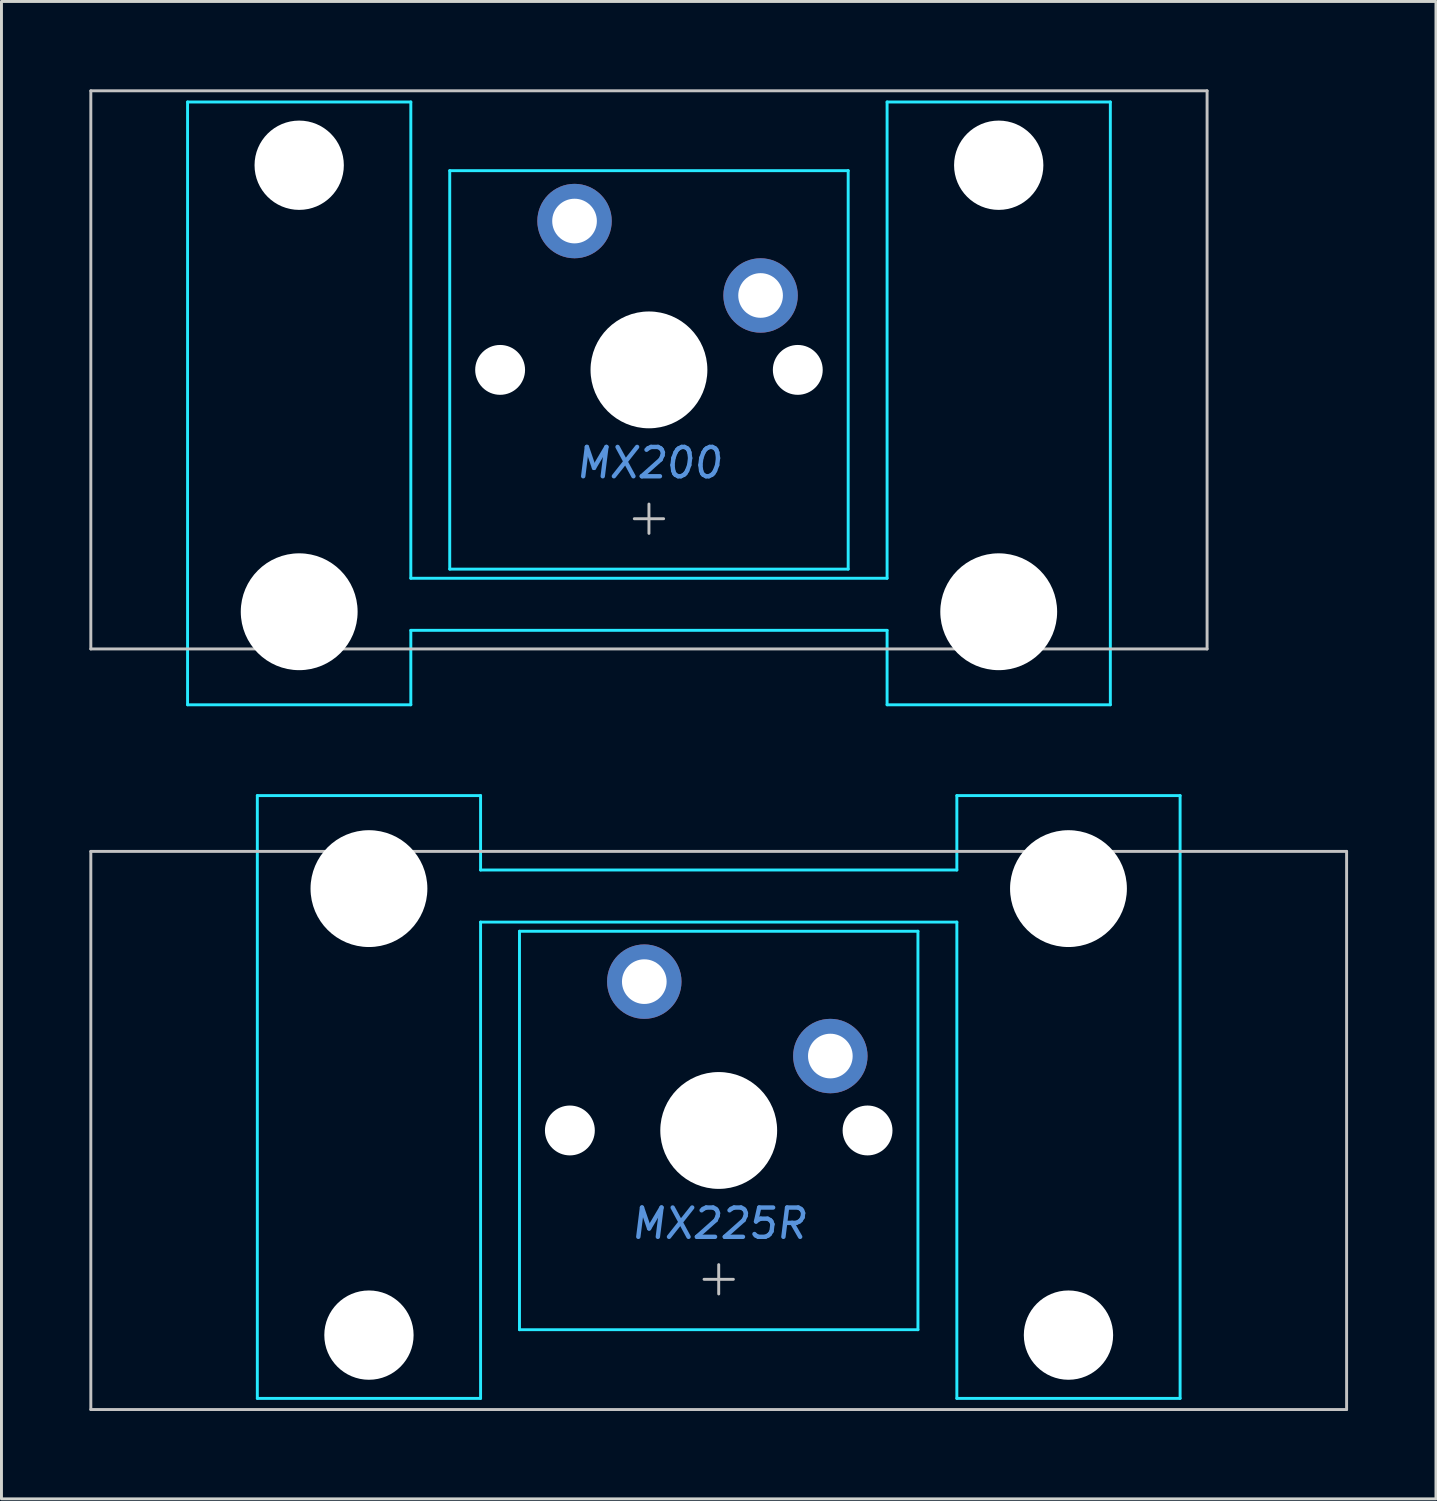
<source format=kicad_pcb>
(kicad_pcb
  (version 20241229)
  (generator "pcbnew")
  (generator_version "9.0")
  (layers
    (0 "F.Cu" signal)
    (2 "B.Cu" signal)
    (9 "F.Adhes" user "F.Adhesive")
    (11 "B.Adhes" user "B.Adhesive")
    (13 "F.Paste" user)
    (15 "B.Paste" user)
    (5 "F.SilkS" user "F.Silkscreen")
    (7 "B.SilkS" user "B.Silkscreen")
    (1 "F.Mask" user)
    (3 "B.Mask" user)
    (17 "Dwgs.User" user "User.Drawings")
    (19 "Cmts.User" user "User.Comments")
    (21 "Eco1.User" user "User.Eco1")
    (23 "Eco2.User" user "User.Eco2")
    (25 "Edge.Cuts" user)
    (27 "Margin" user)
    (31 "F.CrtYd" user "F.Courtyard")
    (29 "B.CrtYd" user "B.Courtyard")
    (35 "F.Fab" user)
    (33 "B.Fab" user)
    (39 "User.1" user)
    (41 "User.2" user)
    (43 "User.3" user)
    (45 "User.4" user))
  (footprint "MX225R"
    (layer "F.Cu")
    (at 21.481 35.535)
    (property "Reference" "MX225R" (at 0 3.175 0) (layer "Cmts.User") (effects (font (size 1 1) (thickness 0.15) (italic yes))))
    (attr through_hole)
    (fp_line (start -21.431 -9.525) (end -21.431 9.525) (stroke (width 0.1) (type solid)) (layer "Dwgs.User"))
    (fp_line (start -21.431 -9.525) (end 21.431 -9.525) (stroke (width 0.1) (type solid)) (layer "Dwgs.User"))
    (fp_line (start -21.431 9.525) (end 21.431 9.525) (stroke (width 0.1) (type solid)) (layer "Dwgs.User"))
    (fp_line (start -0.5 5.08) (end 0.5 5.08) (stroke (width 0.1) (type solid)) (layer "Dwgs.User"))
    (fp_line (start 0 5.58) (end 0 4.58) (stroke (width 0.1) (type solid)) (layer "Dwgs.User"))
    (fp_line (start 21.431 -9.525) (end 21.431 9.525) (stroke (width 0.1) (type solid)) (layer "Dwgs.User"))
    (fp_line (start -15.438 -8.515) (end -15.438 5.485) (stroke (width 0.1) (type solid)) (layer "Eco1.User"))
    (fp_line (start -14.938 -9.015) (end -8.938 -9.015) (stroke (width 0.1) (type solid)) (layer "Eco1.User"))
    (fp_line (start -8.938 5.985) (end -14.938 5.985) (stroke (width 0.1) (type solid)) (layer "Eco1.User"))
    (fp_line (start -8.438 5.485) (end -8.438 -8.515) (stroke (width 0.1) (type solid)) (layer "Eco1.User"))
    (fp_line (start -7 -6.5) (end -7 6.5) (stroke (width 0.1) (type solid)) (layer "Eco1.User"))
    (fp_line (start -6.5 7) (end 6.5 7) (stroke (width 0.1) (type solid)) (layer "Eco1.User"))
    (fp_line (start 6.5 -7) (end -6.5 -7) (stroke (width 0.1) (type solid)) (layer "Eco1.User"))
    (fp_line (start 7 6.5) (end 7 -6.5) (stroke (width 0.1) (type solid)) (layer "Eco1.User"))
    (fp_line (start 8.438 -8.515) (end 8.438 5.485) (stroke (width 0.1) (type solid)) (layer "Eco1.User"))
    (fp_line (start 8.938 -9.015) (end 14.938 -9.015) (stroke (width 0.1) (type solid)) (layer "Eco1.User"))
    (fp_line (start 14.938 5.985) (end 8.938 5.985) (stroke (width 0.1) (type solid)) (layer "Eco1.User"))
    (fp_line (start 15.438 5.485) (end 15.438 -8.515) (stroke (width 0.1) (type solid)) (layer "Eco1.User"))
    (fp_arc (start -15.438 -8.515) (mid -15.291553 -8.868553) (end -14.938 -9.015) (stroke (width 0.1) (type solid)) (layer "Eco1.User"))
    (fp_arc (start -14.938 5.985) (mid -15.291553 5.838553) (end -15.438 5.485) (stroke (width 0.1) (type solid)) (layer "Eco1.User"))
    (fp_arc (start -8.938 -9.015) (mid -8.584447 -8.868553) (end -8.438 -8.515) (stroke (width 0.1) (type solid)) (layer "Eco1.User"))
    (fp_arc (start -8.438 5.485) (mid -8.584447 5.838553) (end -8.938 5.985) (stroke (width 0.1) (type solid)) (layer "Eco1.User"))
    (fp_arc (start -7 -6.5) (mid -6.853553 -6.853553) (end -6.5 -7) (stroke (width 0.1) (type solid)) (layer "Eco1.User"))
    (fp_arc (start -6.5 7) (mid -6.853553 6.853553) (end -7 6.5) (stroke (width 0.1) (type solid)) (layer "Eco1.User"))
    (fp_arc (start 6.5 -7) (mid 6.853553 -6.853553) (end 7 -6.5) (stroke (width 0.1) (type solid)) (layer "Eco1.User"))
    (fp_arc (start 7 6.5) (mid 6.853553 6.853553) (end 6.5 7) (stroke (width 0.1) (type solid)) (layer "Eco1.User"))
    (fp_arc (start 8.438 -8.515) (mid 8.584447 -8.868553) (end 8.938 -9.015) (stroke (width 0.1) (type solid)) (layer "Eco1.User"))
    (fp_arc (start 8.938 5.985) (mid 8.584447 5.838553) (end 8.438 5.485) (stroke (width 0.1) (type solid)) (layer "Eco1.User"))
    (fp_arc (start 14.938 -9.015) (mid 15.291553 -8.868553) (end 15.438 -8.515) (stroke (width 0.1) (type solid)) (layer "Eco1.User"))
    (fp_arc (start 15.438 5.485) (mid 15.291553 5.838553) (end 14.938 5.985) (stroke (width 0.1) (type solid)) (layer "Eco1.User"))
    (fp_line (start -15.748 -11.43) (end -8.128 -11.43) (stroke (width 0.1) (type solid)) (layer "B.CrtYd"))
    (fp_line (start -15.748 9.144) (end -15.748 -11.43) (stroke (width 0.1) (type solid)) (layer "B.CrtYd"))
    (fp_line (start -8.128 -11.43) (end -8.128 -8.89) (stroke (width 0.1) (type solid)) (layer "B.CrtYd"))
    (fp_line (start -8.128 9.144) (end -15.748 9.144) (stroke (width 0.1) (type solid)) (layer "B.CrtYd"))
    (fp_line (start -8.128 9.144) (end -8.128 -7.112) (stroke (width 0.1) (type solid)) (layer "B.CrtYd"))
    (fp_line (start -6.8 6.8) (end -6.8 -6.8) (stroke (width 0.1) (type solid)) (layer "B.CrtYd"))
    (fp_line (start 6.8 -6.8) (end -6.8 -6.8) (stroke (width 0.1) (type solid)) (layer "B.CrtYd"))
    (fp_line (start 6.8 6.8) (end -6.8 6.8) (stroke (width 0.1) (type solid)) (layer "B.CrtYd"))
    (fp_line (start 6.8 6.8) (end 6.8 -6.8) (stroke (width 0.1) (type solid)) (layer "B.CrtYd"))
    (fp_line (start 8.128 -11.43) (end 8.128 -8.89) (stroke (width 0.1) (type solid)) (layer "B.CrtYd"))
    (fp_line (start 8.128 -11.43) (end 15.748 -11.43) (stroke (width 0.1) (type solid)) (layer "B.CrtYd"))
    (fp_line (start 8.128 -8.89) (end -8.128 -8.89) (stroke (width 0.1) (type solid)) (layer "B.CrtYd"))
    (fp_line (start 8.128 -7.112) (end -8.128 -7.112) (stroke (width 0.1) (type solid)) (layer "B.CrtYd"))
    (fp_line (start 8.128 9.144) (end 8.128 -7.112) (stroke (width 0.1) (type solid)) (layer "B.CrtYd"))
    (fp_line (start 15.748 -11.43) (end 15.748 9.144) (stroke (width 0.1) (type solid)) (layer "B.CrtYd"))
    (fp_line (start 15.748 9.144) (end 8.128 9.144) (stroke (width 0.1) (type solid)) (layer "B.CrtYd"))
    (pad "" np_thru_hole circle (at -11.938 -8.255 180) (size 3.988 3.988) (drill 3.988) (layers "*.Cu" "*.Mask"))
    (pad "" np_thru_hole circle (at -11.938 6.985 180) (size 3.048 3.048) (drill 3.048) (layers "*.Cu" "*.Mask"))
    (pad "" np_thru_hole circle (at -5.08 0) (size 1.702 1.702) (drill 1.702) (layers "*.Cu" "*.Mask"))
    (pad "" np_thru_hole circle (at 0 0) (size 3.988 3.988) (drill 3.988) (layers "*.Cu" "*.Mask"))
    (pad "" np_thru_hole circle (at 5.08 0) (size 1.702 1.702) (drill 1.702) (layers "*.Cu" "*.Mask"))
    (pad "" np_thru_hole circle (at 11.938 -8.255 180) (size 3.988 3.988) (drill 3.988) (layers "*.Cu" "*.Mask"))
    (pad "" np_thru_hole circle (at 11.938 6.985 180) (size 3.048 3.048) (drill 3.048) (layers "*.Cu" "*.Mask"))
    (pad "1" thru_hole circle (at -2.54 -5.08) (size 2.54 2.54) (drill 1.524) (layers "*.Cu" "*.Mask"))
    (pad "2" thru_hole circle (at 3.81 -2.54) (size 2.54 2.54) (drill 1.524) (layers "*.Cu" "*.Mask")))
  (footprint "MX200"
    (layer "F.Cu")
    (at 19.1 9.575)
    (property "Reference" "MX200" (at 0 3.175 0) (layer "Cmts.User") (effects (font (size 1 1) (thickness 0.15) (italic yes))))
    (attr through_hole)
    (fp_line (start -19.05 -9.525) (end -19.05 9.525) (stroke (width 0.1) (type solid)) (layer "Dwgs.User"))
    (fp_line (start -19.05 -9.525) (end 19.05 -9.525) (stroke (width 0.1) (type solid)) (layer "Dwgs.User"))
    (fp_line (start -19.05 9.525) (end 19.05 9.525) (stroke (width 0.1) (type solid)) (layer "Dwgs.User"))
    (fp_line (start -0.5 5.08) (end 0.5 5.08) (stroke (width 0.1) (type solid)) (layer "Dwgs.User"))
    (fp_line (start 0 5.58) (end 0 4.58) (stroke (width 0.1) (type solid)) (layer "Dwgs.User"))
    (fp_line (start 19.05 -9.525) (end 19.05 9.525) (stroke (width 0.1) (type solid)) (layer "Dwgs.User"))
    (fp_line (start -15.438 -5.485) (end -15.438 8.515) (stroke (width 0.1) (type solid)) (layer "Eco1.User"))
    (fp_line (start -14.938 -5.985) (end -8.938 -5.985) (stroke (width 0.1) (type solid)) (layer "Eco1.User"))
    (fp_line (start -8.938 9.015) (end -14.938 9.015) (stroke (width 0.1) (type solid)) (layer "Eco1.User"))
    (fp_line (start -8.438 8.515) (end -8.438 -5.485) (stroke (width 0.1) (type solid)) (layer "Eco1.User"))
    (fp_line (start -7 -6.5) (end -7 6.5) (stroke (width 0.1) (type solid)) (layer "Eco1.User"))
    (fp_line (start -6.5 7) (end 6.5 7) (stroke (width 0.1) (type solid)) (layer "Eco1.User"))
    (fp_line (start 6.5 -7) (end -6.5 -7) (stroke (width 0.1) (type solid)) (layer "Eco1.User"))
    (fp_line (start 7 6.5) (end 7 -6.5) (stroke (width 0.1) (type solid)) (layer "Eco1.User"))
    (fp_line (start 8.438 -5.485) (end 8.438 8.515) (stroke (width 0.1) (type solid)) (layer "Eco1.User"))
    (fp_line (start 8.938 -5.985) (end 14.938 -5.985) (stroke (width 0.1) (type solid)) (layer "Eco1.User"))
    (fp_line (start 14.938 9.015) (end 8.938 9.015) (stroke (width 0.1) (type solid)) (layer "Eco1.User"))
    (fp_line (start 15.438 8.515) (end 15.438 -5.485) (stroke (width 0.1) (type solid)) (layer "Eco1.User"))
    (fp_arc (start -15.438 -5.485) (mid -15.291553 -5.838553) (end -14.938 -5.985) (stroke (width 0.1) (type solid)) (layer "Eco1.User"))
    (fp_arc (start -14.938 9.015) (mid -15.291553 8.868553) (end -15.438 8.515) (stroke (width 0.1) (type solid)) (layer "Eco1.User"))
    (fp_arc (start -8.938 -5.985) (mid -8.584447 -5.838553) (end -8.438 -5.485) (stroke (width 0.1) (type solid)) (layer "Eco1.User"))
    (fp_arc (start -8.438 8.515) (mid -8.584447 8.868553) (end -8.938 9.015) (stroke (width 0.1) (type solid)) (layer "Eco1.User"))
    (fp_arc (start -7 -6.5) (mid -6.853553 -6.853553) (end -6.5 -7) (stroke (width 0.1) (type solid)) (layer "Eco1.User"))
    (fp_arc (start -6.5 7) (mid -6.853553 6.853553) (end -7 6.5) (stroke (width 0.1) (type solid)) (layer "Eco1.User"))
    (fp_arc (start 6.5 -7) (mid 6.853553 -6.853553) (end 7 -6.5) (stroke (width 0.1) (type solid)) (layer "Eco1.User"))
    (fp_arc (start 7 6.5) (mid 6.853553 6.853553) (end 6.5 7) (stroke (width 0.1) (type solid)) (layer "Eco1.User"))
    (fp_arc (start 8.438 -5.485) (mid 8.584447 -5.838553) (end 8.938 -5.985) (stroke (width 0.1) (type solid)) (layer "Eco1.User"))
    (fp_arc (start 8.938 9.015) (mid 8.584447 8.868553) (end 8.438 8.515) (stroke (width 0.1) (type solid)) (layer "Eco1.User"))
    (fp_arc (start 14.938 -5.985) (mid 15.291553 -5.838553) (end 15.438 -5.485) (stroke (width 0.1) (type solid)) (layer "Eco1.User"))
    (fp_arc (start 15.438 8.515) (mid 15.291553 8.868553) (end 14.938 9.015) (stroke (width 0.1) (type solid)) (layer "Eco1.User"))
    (fp_line (start -15.748 -9.144) (end -8.128 -9.144) (stroke (width 0.1) (type solid)) (layer "B.CrtYd"))
    (fp_line (start -15.748 11.43) (end -15.748 -9.144) (stroke (width 0.1) (type solid)) (layer "B.CrtYd"))
    (fp_line (start -8.128 -9.144) (end -8.128 7.112) (stroke (width 0.1) (type solid)) (layer "B.CrtYd"))
    (fp_line (start -8.128 7.112) (end 8.128 7.112) (stroke (width 0.1) (type solid)) (layer "B.CrtYd"))
    (fp_line (start -8.128 8.89) (end 8.128 8.89) (stroke (width 0.1) (type solid)) (layer "B.CrtYd"))
    (fp_line (start -8.128 11.43) (end -15.748 11.43) (stroke (width 0.1) (type solid)) (layer "B.CrtYd"))
    (fp_line (start -8.128 11.43) (end -8.128 8.89) (stroke (width 0.1) (type solid)) (layer "B.CrtYd"))
    (fp_line (start -6.8 6.8) (end -6.8 -6.8) (stroke (width 0.1) (type solid)) (layer "B.CrtYd"))
    (fp_line (start 6.8 -6.8) (end -6.8 -6.8) (stroke (width 0.1) (type solid)) (layer "B.CrtYd"))
    (fp_line (start 6.8 6.8) (end -6.8 6.8) (stroke (width 0.1) (type solid)) (layer "B.CrtYd"))
    (fp_line (start 6.8 6.8) (end 6.8 -6.8) (stroke (width 0.1) (type solid)) (layer "B.CrtYd"))
    (fp_line (start 8.128 -9.144) (end 8.128 7.112) (stroke (width 0.1) (type solid)) (layer "B.CrtYd"))
    (fp_line (start 8.128 -9.144) (end 15.748 -9.144) (stroke (width 0.1) (type solid)) (layer "B.CrtYd"))
    (fp_line (start 8.128 11.43) (end 8.128 8.89) (stroke (width 0.1) (type solid)) (layer "B.CrtYd"))
    (fp_line (start 15.748 -9.144) (end 15.748 11.43) (stroke (width 0.1) (type solid)) (layer "B.CrtYd"))
    (fp_line (start 15.748 11.43) (end 8.128 11.43) (stroke (width 0.1) (type solid)) (layer "B.CrtYd"))
    (pad "" np_thru_hole circle (at -11.938 -6.985) (size 3.048 3.048) (drill 3.048) (layers "*.Cu" "*.Mask"))
    (pad "" np_thru_hole circle (at -11.938 8.255) (size 3.988 3.988) (drill 3.988) (layers "*.Cu" "*.Mask"))
    (pad "" np_thru_hole circle (at -5.08 0) (size 1.702 1.702) (drill 1.702) (layers "*.Cu" "*.Mask"))
    (pad "" np_thru_hole circle (at 0 0) (size 3.988 3.988) (drill 3.988) (layers "*.Cu" "*.Mask"))
    (pad "" np_thru_hole circle (at 5.08 0) (size 1.702 1.702) (drill 1.702) (layers "*.Cu" "*.Mask"))
    (pad "" np_thru_hole circle (at 11.938 -6.985) (size 3.048 3.048) (drill 3.048) (layers "*.Cu" "*.Mask"))
    (pad "" np_thru_hole circle (at 11.938 8.255) (size 3.988 3.988) (drill 3.988) (layers "*.Cu" "*.Mask"))
    (pad "1" thru_hole circle (at -2.54 -5.08) (size 2.54 2.54) (drill 1.524) (layers "*.Cu" "*.Mask"))
    (pad "2" thru_hole circle (at 3.81 -2.54) (size 2.54 2.54) (drill 1.524) (layers "*.Cu" "*.Mask")))
  (gr_rect
    (start -3 -3)
    (end 45.962 48.11)
    (stroke (width 0.1) (type default))
    (fill no)
    (layer "Edge.Cuts")))
</source>
